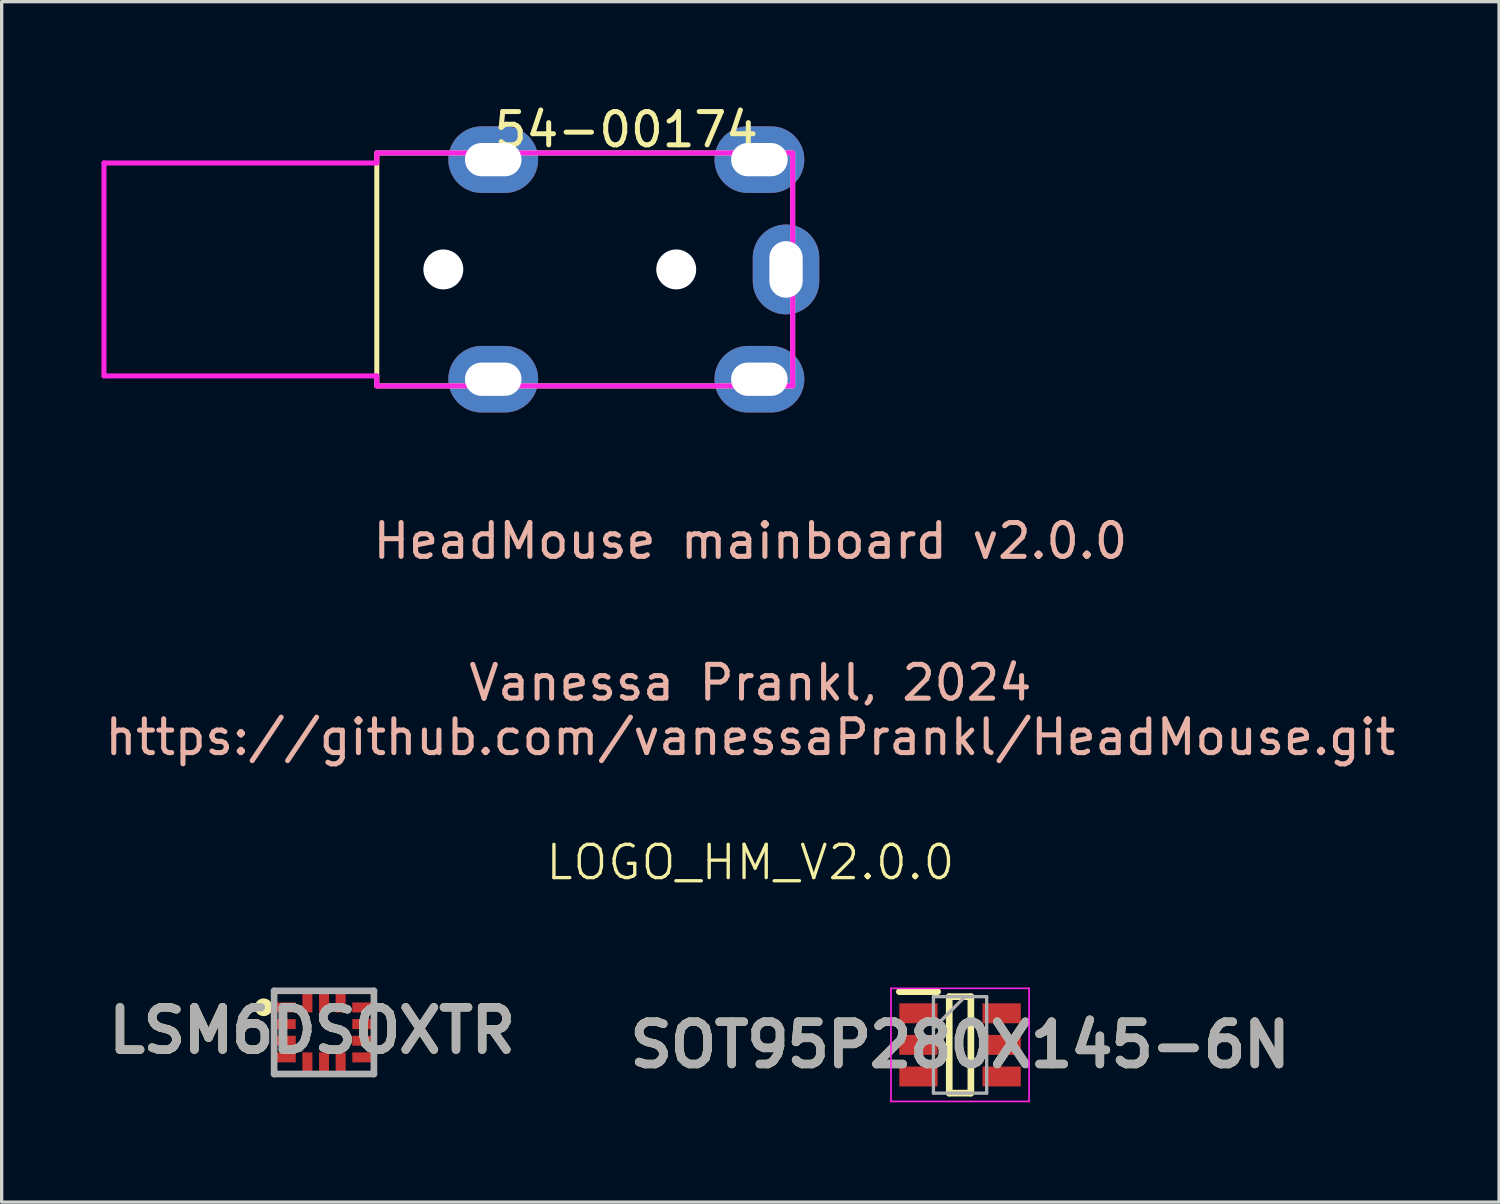
<source format=kicad_pcb>
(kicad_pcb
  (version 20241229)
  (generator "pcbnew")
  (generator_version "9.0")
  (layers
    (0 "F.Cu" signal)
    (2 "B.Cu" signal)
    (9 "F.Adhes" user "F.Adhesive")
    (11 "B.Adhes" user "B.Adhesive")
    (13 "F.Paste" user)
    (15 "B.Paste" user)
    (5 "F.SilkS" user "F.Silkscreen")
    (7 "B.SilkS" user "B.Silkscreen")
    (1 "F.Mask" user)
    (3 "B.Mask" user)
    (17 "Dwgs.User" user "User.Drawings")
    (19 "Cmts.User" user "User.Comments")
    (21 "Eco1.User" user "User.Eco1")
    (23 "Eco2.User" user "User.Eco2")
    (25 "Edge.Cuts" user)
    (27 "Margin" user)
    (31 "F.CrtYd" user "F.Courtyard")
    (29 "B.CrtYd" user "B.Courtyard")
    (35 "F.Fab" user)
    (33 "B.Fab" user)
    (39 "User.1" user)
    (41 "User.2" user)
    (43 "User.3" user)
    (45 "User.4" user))
  (footprint "SOT95P280X145-6N"
    (layer "F.Cu")
    (at 25.806 28.356)
    (property "Reference" "SOT95P280X145-6N" (at 0 0 0) (layer "F.SilkS") (effects (font (size 1.27 1.27) (thickness 0.254))))
    (attr smd)
    (fp_line (start -1.825 -1.6) (end -0.675 -1.6) (stroke (width 0.2) (type solid)) (layer "F.SilkS"))
    (fp_line (start -0.325 -1.45) (end 0.325 -1.45) (stroke (width 0.2) (type solid)) (layer "F.SilkS"))
    (fp_line (start -0.325 1.45) (end -0.325 -1.45) (stroke (width 0.2) (type solid)) (layer "F.SilkS"))
    (fp_line (start 0.325 -1.45) (end 0.325 1.45) (stroke (width 0.2) (type solid)) (layer "F.SilkS"))
    (fp_line (start 0.325 1.45) (end -0.325 1.45) (stroke (width 0.2) (type solid)) (layer "F.SilkS"))
    (fp_line (start -2.075 -1.7) (end 2.075 -1.7) (stroke (width 0.05) (type solid)) (layer "F.CrtYd"))
    (fp_line (start -2.075 1.7) (end -2.075 -1.7) (stroke (width 0.05) (type solid)) (layer "F.CrtYd"))
    (fp_line (start 2.075 -1.7) (end 2.075 1.7) (stroke (width 0.05) (type solid)) (layer "F.CrtYd"))
    (fp_line (start 2.075 1.7) (end -2.075 1.7) (stroke (width 0.05) (type solid)) (layer "F.CrtYd"))
    (fp_line (start -0.8 -1.45) (end 0.8 -1.45) (stroke (width 0.1) (type solid)) (layer "F.Fab"))
    (fp_line (start -0.8 -0.5) (end 0.15 -1.45) (stroke (width 0.1) (type solid)) (layer "F.Fab"))
    (fp_line (start -0.8 1.45) (end -0.8 -1.45) (stroke (width 0.1) (type solid)) (layer "F.Fab"))
    (fp_line (start 0.8 -1.45) (end 0.8 1.45) (stroke (width 0.1) (type solid)) (layer "F.Fab"))
    (fp_line (start 0.8 1.45) (end -0.8 1.45) (stroke (width 0.1) (type solid)) (layer "F.Fab"))
    (fp_text user "${REFERENCE}" (at 0 0 0) (layer "F.Fab") (effects (font (size 1.27 1.27) (thickness 0.254))))
    (pad "1" smd rect (at -1.25 -0.95 90) (size 0.6 1.15) (layers "F.Cu" "F.Mask" "F.Paste"))
    (pad "2" smd rect (at -1.25 0 90) (size 0.6 1.15) (layers "F.Cu" "F.Mask" "F.Paste"))
    (pad "3" smd rect (at -1.25 0.95 90) (size 0.6 1.15) (layers "F.Cu" "F.Mask" "F.Paste"))
    (pad "4" smd rect (at 1.25 0.95 90) (size 0.6 1.15) (layers "F.Cu" "F.Mask" "F.Paste"))
    (pad "5" smd rect (at 1.25 0 90) (size 0.6 1.15) (layers "F.Cu" "F.Mask" "F.Paste"))
    (pad "6" smd rect (at 1.25 -0.95 90) (size 0.6 1.15) (layers "F.Cu" "F.Mask" "F.Paste")))
  (footprint "LOGO_HM_V2.0.0"
    (layer "F.Cu")
    (at 19.504 23.37)
    (property "Reference" "LOGO_HM_V2.0.0" (at 0 -0.5 0) (unlocked yes) (layer "F.SilkS") (effects (font (size 1 1) (thickness 0.1))))
    (attr smd)
    (fp_text user "Vanessa Prankl, 2024\nhttps://github.com/vanessaPrankl/HeadMouse.git" (at 0 -5.08 0) (unlocked yes) (layer "B.SilkS") (effects (font (size 1.016 1.016) (thickness 0.152))))
    (fp_text user "HeadMouse mainboard v2.0.0" (at 0 -10.16 0) (unlocked yes) (layer "B.SilkS") (effects (font (size 1.016 1.016) (thickness 0.152)))))
  (footprint "54-00174"
    (layer "F.Cu")
    (at 8.275 5.048)
    (property "Reference" "54-00174" (at 7.5 -4.2 0) (layer "F.SilkS") (effects (font (size 1 1) (thickness 0.15))))
    (attr through_hole)
    (fp_line (start 0 -3.5) (end 0 3.5) (stroke (width 0.15) (type solid)) (layer "F.SilkS"))
    (fp_line (start 0 -3.5) (end 12.5 -3.5) (stroke (width 0.15) (type solid)) (layer "F.SilkS"))
    (fp_line (start 12.5 -3.5) (end 12.5 3.5) (stroke (width 0.15) (type solid)) (layer "F.SilkS"))
    (fp_line (start 12.5 3.5) (end 0 3.5) (stroke (width 0.15) (type solid)) (layer "F.SilkS"))
    (fp_line (start -8.2 -3.2) (end -8.2 3.2) (stroke (width 0.15) (type solid)) (layer "F.CrtYd"))
    (fp_line (start -8.2 3.2) (end 0 3.2) (stroke (width 0.15) (type solid)) (layer "F.CrtYd"))
    (fp_line (start 0 -3.5) (end 12.5 -3.5) (stroke (width 0.15) (type solid)) (layer "F.CrtYd"))
    (fp_line (start 0 -3.2) (end -8.2 -3.2) (stroke (width 0.15) (type solid)) (layer "F.CrtYd"))
    (fp_line (start 0 -3.2) (end 0 -3.5) (stroke (width 0.15) (type solid)) (layer "F.CrtYd"))
    (fp_line (start 0 3.2) (end 0 3.5) (stroke (width 0.15) (type solid)) (layer "F.CrtYd"))
    (fp_line (start 12.5 -3.5) (end 12.5 3.5) (stroke (width 0.15) (type solid)) (layer "F.CrtYd"))
    (fp_line (start 12.5 3.5) (end 0 3.5) (stroke (width 0.15) (type solid)) (layer "F.CrtYd"))
    (pad "" np_thru_hole circle (at 2 0) (size 1.2 1.2) (drill 1.2) (layers "*.Cu" "*.Mask"))
    (pad "" np_thru_hole circle (at 9 0) (size 1.2 1.2) (drill 1.2) (layers "*.Cu" "*.Mask"))
    (pad "1" thru_hole oval (at 12.3 0 90) (size 2.7 2) (drill oval 1.7 1) (layers "*.Cu" "*.Mask"))
    (pad "2" thru_hole oval (at 11.5 -3.3) (size 2.7 2) (drill oval 1.7 1) (layers "*.Cu" "*.Mask"))
    (pad "3" thru_hole oval (at 11.5 3.3) (size 2.7 2) (drill oval 1.7 1) (layers "*.Cu" "*.Mask"))
    (pad "4" thru_hole oval (at 3.5 3.3) (size 2.7 2) (drill oval 1.7 1) (layers "*.Cu" "*.Mask"))
    (pad "5" thru_hole oval (at 3.5 -3.3) (size 2.7 2) (drill oval 1.7 1) (layers "*.Cu" "*.Mask")))
  (footprint "LSM6DSOXTR"
    (layer "F.Cu")
    (at 6.689 27.981)
    (property "Reference" "LSM6DSOXTR" (at -0.357 -0.058 0) (layer "F.SilkS") (effects (font (size 1.27 1.27) (thickness 0.254))))
    (attr smd)
    (fp_circle (center -1.815 -0.756) (end -1.815 -0.744) (stroke (width 0.254) (type solid)) (fill no) (layer "F.SilkS"))
    (fp_line (start -1.5 -1.25) (end 1.5 -1.25) (stroke (width 0.2) (type solid)) (layer "F.Fab"))
    (fp_line (start -1.5 1.25) (end -1.5 -1.25) (stroke (width 0.2) (type solid)) (layer "F.Fab"))
    (fp_line (start 1.5 -1.25) (end 1.5 1.25) (stroke (width 0.2) (type solid)) (layer "F.Fab"))
    (fp_line (start 1.5 1.25) (end -1.5 1.25) (stroke (width 0.2) (type solid)) (layer "F.Fab"))
    (fp_text user "${REFERENCE}" (at -0.357 -0.058 0) (layer "F.Fab") (effects (font (size 1.27 1.27) (thickness 0.254))))
    (pad "1" smd rect (at -1.15 -0.75 90) (size 0.3 0.6) (layers "F.Cu" "F.Mask" "F.Paste"))
    (pad "2" smd rect (at -1.15 -0.25 90) (size 0.3 0.6) (layers "F.Cu" "F.Mask" "F.Paste"))
    (pad "3" smd rect (at -1.15 0.25 90) (size 0.3 0.6) (layers "F.Cu" "F.Mask" "F.Paste"))
    (pad "4" smd rect (at -1.15 0.75 90) (size 0.3 0.6) (layers "F.Cu" "F.Mask" "F.Paste"))
    (pad "5" smd rect (at -0.5 0.9) (size 0.3 0.6) (layers "F.Cu" "F.Mask" "F.Paste"))
    (pad "6" smd rect (at 0 0.9) (size 0.3 0.6) (layers "F.Cu" "F.Mask" "F.Paste"))
    (pad "7" smd rect (at 0.5 0.9) (size 0.3 0.6) (layers "F.Cu" "F.Mask" "F.Paste"))
    (pad "8" smd rect (at 1.15 0.75 90) (size 0.3 0.6) (layers "F.Cu" "F.Mask" "F.Paste"))
    (pad "9" smd rect (at 1.15 0.25 90) (size 0.3 0.6) (layers "F.Cu" "F.Mask" "F.Paste"))
    (pad "10" smd rect (at 1.15 -0.25 90) (size 0.3 0.6) (layers "F.Cu" "F.Mask" "F.Paste"))
    (pad "11" smd rect (at 1.15 -0.75 90) (size 0.3 0.6) (layers "F.Cu" "F.Mask" "F.Paste"))
    (pad "12" smd rect (at 0.5 -0.9) (size 0.3 0.6) (layers "F.Cu" "F.Mask" "F.Paste"))
    (pad "13" smd rect (at 0 -0.9) (size 0.3 0.6) (layers "F.Cu" "F.Mask" "F.Paste"))
    (pad "14" smd rect (at -0.5 -0.9) (size 0.3 0.6) (layers "F.Cu" "F.Mask" "F.Paste")))
  (gr_rect
    (start -3 -3)
    (end 42.007 33.081)
    (stroke (width 0.1) (type default))
    (fill no)
    (layer "Edge.Cuts")))
</source>
